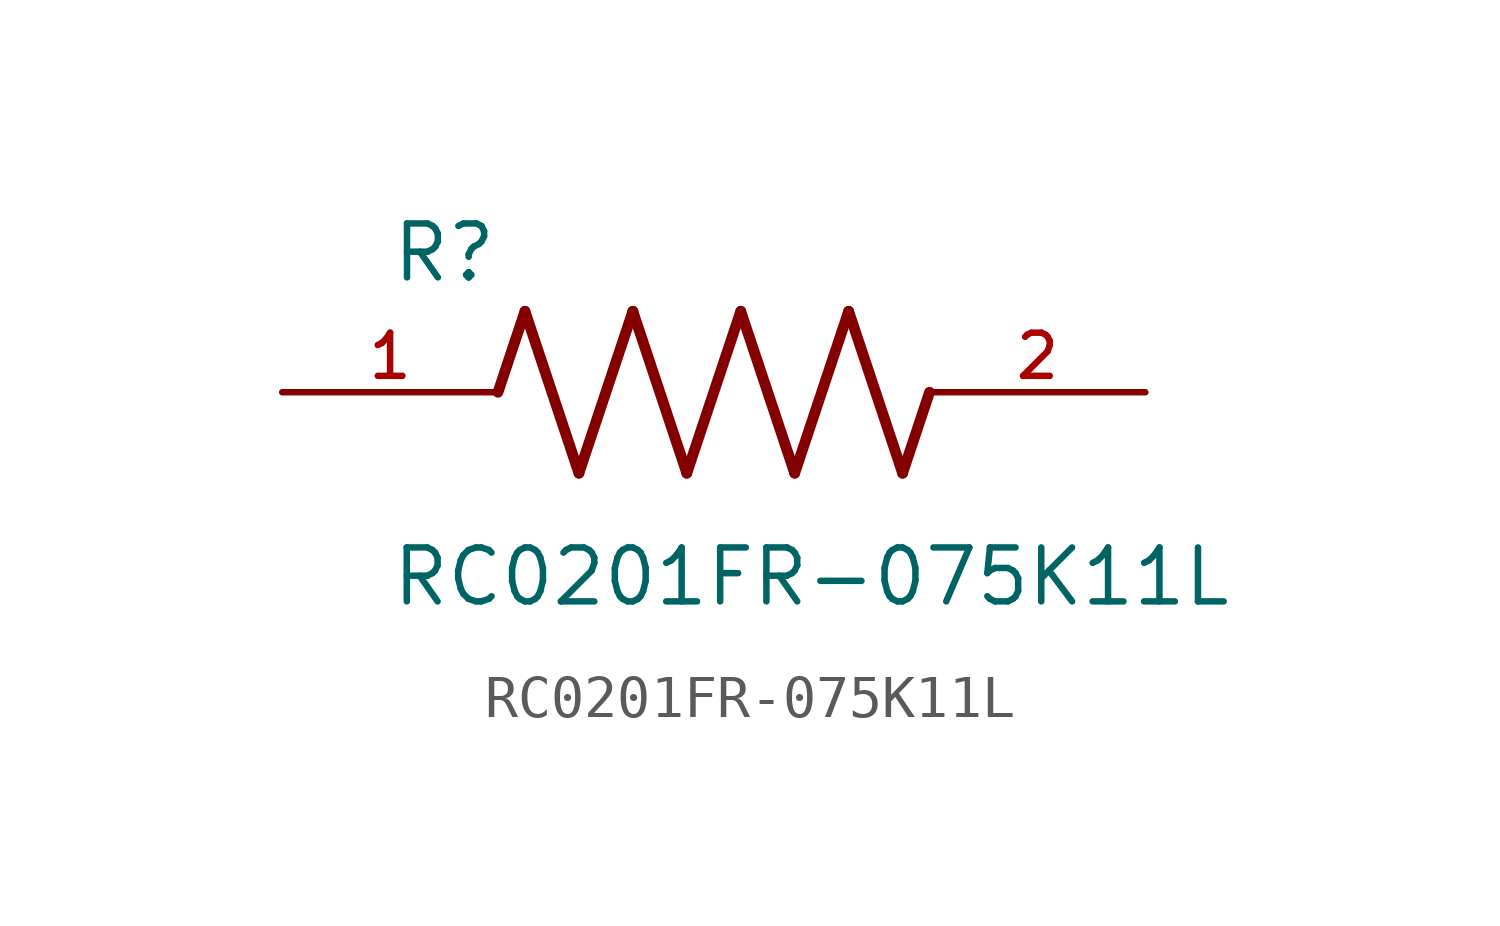
<source format=kicad_sym>
(kicad_symbol_lib
  (version 20211014)
  (generator kicad_symbol_editor)
  (symbol "RC0201FR-075K11L"
    (pin_names
      (offset 1.016))
    (property "Reference" "R"
      (at -7.624 2.541 0)
      (effects (font (size 1.27 1.27)) (justify bottom left)))
    (property "Value" "RC0201FR-075K11L"
      (at -7.63 -5.087 0)
      (effects (font (size 1.27 1.27)) (justify bottom left)))
    (symbol "RC0201FR-075K11L_0_0"
      (polyline (pts (xy -5.08 0.0) (xy -4.445 1.905)) (stroke (width 0.254)))
      (polyline (pts (xy -4.445 1.905) (xy -3.175 -1.905)) (stroke (width 0.254)))
      (polyline (pts (xy -3.175 -1.905) (xy -1.905 1.905)) (stroke (width 0.254)))
      (polyline (pts (xy -1.905 1.905) (xy -0.635 -1.905)) (stroke (width 0.254)))
      (polyline (pts (xy -0.635 -1.905) (xy 0.635 1.905)) (stroke (width 0.254)))
      (polyline (pts (xy 0.635 1.905) (xy 1.905 -1.905)) (stroke (width 0.254)))
      (polyline (pts (xy 1.905 -1.905) (xy 3.175 1.905)) (stroke (width 0.254)))
      (polyline (pts (xy 3.175 1.905) (xy 4.445 -1.905)) (stroke (width 0.254)))
      (polyline (pts (xy 4.445 -1.905) (xy 5.08 0.0)) (stroke (width 0.254)))
      (pin passive line (at -10.16 0.0 0) (length 5.08) (name "~" (effects (font (size 1.016 1.016)))) (number "1" (effects (font (size 1.016 1.016)))))
      (pin passive line (at 10.16 0.0 180.0) (length 5.08) (name "~" (effects (font (size 1.016 1.016)))) (number "2" (effects (font (size 1.016 1.016))))))))
</source>
